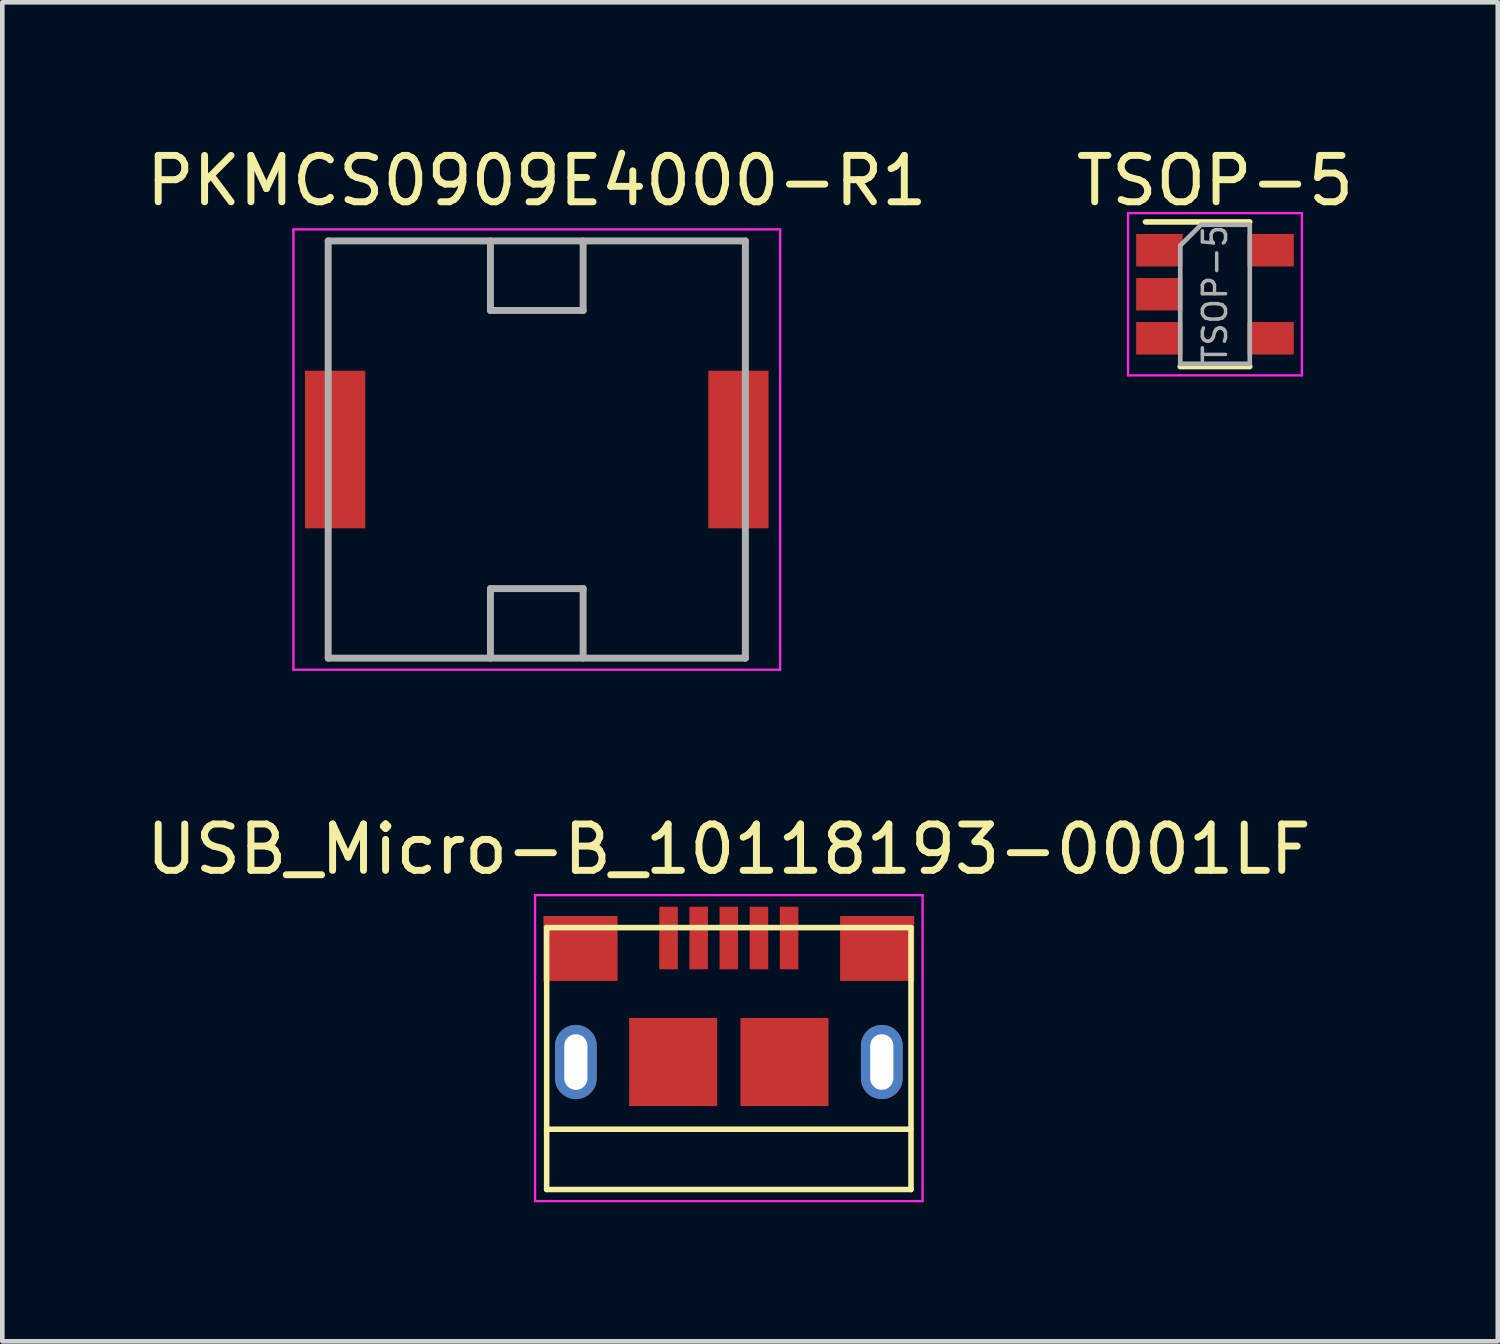
<source format=kicad_pcb>
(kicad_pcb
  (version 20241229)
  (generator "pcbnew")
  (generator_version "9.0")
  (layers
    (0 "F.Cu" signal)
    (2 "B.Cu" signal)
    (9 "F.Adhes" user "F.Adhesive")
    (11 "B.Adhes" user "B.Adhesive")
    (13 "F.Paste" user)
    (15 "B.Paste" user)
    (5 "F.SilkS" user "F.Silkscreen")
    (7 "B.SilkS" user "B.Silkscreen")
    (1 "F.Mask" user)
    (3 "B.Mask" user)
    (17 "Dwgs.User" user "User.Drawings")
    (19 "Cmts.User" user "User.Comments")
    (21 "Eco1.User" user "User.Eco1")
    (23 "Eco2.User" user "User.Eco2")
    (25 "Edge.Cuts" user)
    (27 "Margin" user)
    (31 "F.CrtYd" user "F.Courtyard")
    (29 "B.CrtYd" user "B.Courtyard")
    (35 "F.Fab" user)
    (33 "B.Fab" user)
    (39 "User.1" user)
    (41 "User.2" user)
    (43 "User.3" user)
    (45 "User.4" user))
  (footprint "PKMCS0909E4000-R1"
    (layer "F.Cu")
    (at 8.53 6.648)
    (property "Reference" "PKMCS0909E4000-R1" (at 0 -5.8 0) (layer "F.SilkS") (effects (font (size 1 1) (thickness 0.15))))
    (attr smd)
    (fp_line (start -5.25 -4.75) (end 5.25 -4.75) (stroke (width 0.05) (type solid)) (layer "F.CrtYd"))
    (fp_line (start -5.25 4.75) (end -5.25 -4.75) (stroke (width 0.05) (type solid)) (layer "F.CrtYd"))
    (fp_line (start 5.25 -4.75) (end 5.25 4.75) (stroke (width 0.05) (type solid)) (layer "F.CrtYd"))
    (fp_line (start 5.25 4.75) (end -5.25 4.75) (stroke (width 0.05) (type solid)) (layer "F.CrtYd"))
    (fp_line (start -4.5 -4.5) (end -4.5 4.5) (stroke (width 0.15) (type solid)) (layer "F.Fab"))
    (fp_line (start -4.5 4.5) (end 4.5 4.5) (stroke (width 0.15) (type solid)) (layer "F.Fab"))
    (fp_line (start -1 -4.5) (end -1 -3) (stroke (width 0.15) (type solid)) (layer "F.Fab"))
    (fp_line (start -1 -3) (end 1 -3) (stroke (width 0.15) (type solid)) (layer "F.Fab"))
    (fp_line (start -1 3) (end 1 3) (stroke (width 0.15) (type solid)) (layer "F.Fab"))
    (fp_line (start -1 4.5) (end -1 3) (stroke (width 0.15) (type solid)) (layer "F.Fab"))
    (fp_line (start 1 -3) (end 1 -4.5) (stroke (width 0.15) (type solid)) (layer "F.Fab"))
    (fp_line (start 1 3) (end 1 4.5) (stroke (width 0.15) (type solid)) (layer "F.Fab"))
    (fp_line (start 4.5 -4.5) (end -4.5 -4.5) (stroke (width 0.15) (type solid)) (layer "F.Fab"))
    (fp_line (start 4.5 4.5) (end 4.5 -4.5) (stroke (width 0.15) (type solid)) (layer "F.Fab"))
    (pad "1" smd rect (at -4.35 0) (size 1.3 3.4) (layers "F.Cu" "F.Mask" "F.Paste"))
    (pad "2" smd rect (at 4.35 0) (size 1.3 3.4) (layers "F.Cu" "F.Mask" "F.Paste")))
  (footprint "TSOP-5"
    (layer "F.Cu")
    (at 23.161 3.298)
    (property "Reference" "TSOP-5" (at 0 -2.45 0) (layer "F.SilkS") (effects (font (size 1 1) (thickness 0.15))))
    (attr smd)
    (fp_line (start -0.75 1.56) (end 0.75 1.56) (stroke (width 0.12) (type solid)) (layer "F.SilkS"))
    (fp_line (start 0.75 -1.56) (end -1.5 -1.56) (stroke (width 0.12) (type solid)) (layer "F.SilkS"))
    (fp_line (start -1.875 -1.75) (end -1.875 1.75) (stroke (width 0.05) (type solid)) (layer "F.CrtYd"))
    (fp_line (start -1.875 -1.75) (end 1.875 -1.75) (stroke (width 0.05) (type solid)) (layer "F.CrtYd"))
    (fp_line (start 1.875 1.75) (end -1.875 1.75) (stroke (width 0.05) (type solid)) (layer "F.CrtYd"))
    (fp_line (start 1.875 1.75) (end 1.875 -1.75) (stroke (width 0.05) (type solid)) (layer "F.CrtYd"))
    (fp_line (start -0.75 -1.05) (end -0.75 1.5) (stroke (width 0.1) (type solid)) (layer "F.Fab"))
    (fp_line (start -0.75 -1.05) (end -0.3 -1.5) (stroke (width 0.1) (type solid)) (layer "F.Fab"))
    (fp_line (start 0.75 -1.5) (end -0.3 -1.5) (stroke (width 0.1) (type solid)) (layer "F.Fab"))
    (fp_line (start 0.75 -1.5) (end 0.75 1.5) (stroke (width 0.1) (type solid)) (layer "F.Fab"))
    (fp_line (start 0.75 1.5) (end -0.75 1.5) (stroke (width 0.1) (type solid)) (layer "F.Fab"))
    (fp_text user "${REFERENCE}" (at 0 0 90) (layer "F.Fab") (effects (font (size 0.5 0.5) (thickness 0.075))))
    (pad "1" smd rect (at -1.2 -0.95) (size 1 0.7) (layers "F.Cu" "F.Mask" "F.Paste"))
    (pad "2" smd rect (at -1.2 0) (size 1 0.7) (layers "F.Cu" "F.Mask" "F.Paste"))
    (pad "3" smd rect (at -1.2 0.95) (size 1 0.7) (layers "F.Cu" "F.Mask" "F.Paste"))
    (pad "4" smd rect (at 1.2 0.95) (size 1 0.7) (layers "F.Cu" "F.Mask" "F.Paste"))
    (pad "5" smd rect (at 1.2 -0.95) (size 1 0.7) (layers "F.Cu" "F.Mask" "F.Paste")))
  (footprint "USB_Micro-B_10118193-0001LF"
    (layer "F.Cu")
    (at 12.673 19.861)
    (property "Reference" "USB_Micro-B_10118193-0001LF" (at 0 -4.59 0) (layer "F.SilkS") (effects (font (size 1 1) (thickness 0.15))))
    (attr smd)
    (fp_line (start -3.93 -2.9) (end 3.93 -2.9) (stroke (width 0.12) (type solid)) (layer "F.SilkS"))
    (fp_line (start -3.93 2.75) (end -3.93 -2.9) (stroke (width 0.12) (type solid)) (layer "F.SilkS"))
    (fp_line (start -3.93 2.75) (end 3.93 2.75) (stroke (width 0.12) (type solid)) (layer "F.SilkS"))
    (fp_line (start 3.93 -2.9) (end 3.93 2.75) (stroke (width 0.12) (type solid)) (layer "F.SilkS"))
    (fp_line (start 3.93 1.45) (end -3.93 1.45) (stroke (width 0.12) (type solid)) (layer "F.SilkS"))
    (fp_line (start -4.18 -3.6) (end 4.18 -3.6) (stroke (width 0.05) (type solid)) (layer "F.CrtYd"))
    (fp_line (start -4.18 3) (end -4.18 -3.6) (stroke (width 0.05) (type solid)) (layer "F.CrtYd"))
    (fp_line (start 4.18 -3.6) (end 4.18 3) (stroke (width 0.05) (type solid)) (layer "F.CrtYd"))
    (fp_line (start 4.18 3) (end -4.18 3) (stroke (width 0.05) (type solid)) (layer "F.CrtYd"))
    (pad "1" smd rect (at -1.3 -2.675 90) (size 1.35 0.4) (layers "F.Cu" "F.Mask" "F.Paste"))
    (pad "2" smd rect (at -0.65 -2.675 90) (size 1.35 0.4) (layers "F.Cu" "F.Mask" "F.Paste"))
    (pad "3" smd rect (at 0 -2.675 90) (size 1.35 0.4) (layers "F.Cu" "F.Mask" "F.Paste"))
    (pad "4" smd rect (at 0.65 -2.675 90) (size 1.35 0.4) (layers "F.Cu" "F.Mask" "F.Paste"))
    (pad "5" smd rect (at 1.3 -2.675 90) (size 1.35 0.4) (layers "F.Cu" "F.Mask" "F.Paste"))
    (pad "6" thru_hole oval (at -3.3 0 90) (size 1.6 0.9) (drill oval 1.2 0.5) (layers "*.Cu" "*.Mask"))
    (pad "6" smd rect (at -3.2 -2.45) (size 1.6 1.4) (layers "F.Cu" "F.Mask" "F.Paste"))
    (pad "6" smd rect (at -1.2 0) (size 1.9 1.9) (layers "F.Cu" "F.Mask" "F.Paste"))
    (pad "6" smd rect (at 1.2 0) (size 1.9 1.9) (layers "F.Cu" "F.Mask" "F.Paste"))
    (pad "6" smd rect (at 3.2 -2.45) (size 1.6 1.4) (layers "F.Cu" "F.Mask" "F.Paste"))
    (pad "6" thru_hole oval (at 3.3 0 90) (size 1.6 0.9) (drill oval 1.2 0.5) (layers "*.Cu" "*.Mask")))
  (gr_rect
    (start -3 -3)
    (end 29.262 25.887)
    (stroke (width 0.1) (type default))
    (fill no)
    (layer "Edge.Cuts")))
</source>
